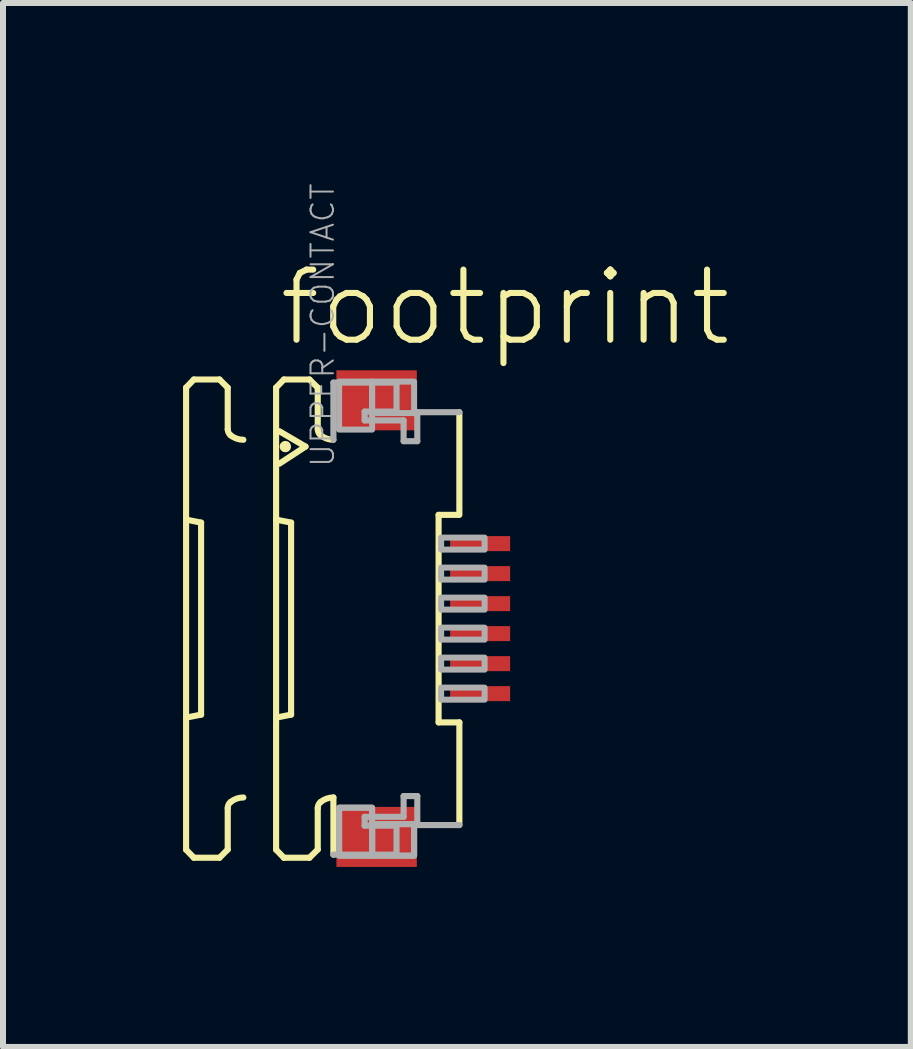
<source format=kicad_pcb>
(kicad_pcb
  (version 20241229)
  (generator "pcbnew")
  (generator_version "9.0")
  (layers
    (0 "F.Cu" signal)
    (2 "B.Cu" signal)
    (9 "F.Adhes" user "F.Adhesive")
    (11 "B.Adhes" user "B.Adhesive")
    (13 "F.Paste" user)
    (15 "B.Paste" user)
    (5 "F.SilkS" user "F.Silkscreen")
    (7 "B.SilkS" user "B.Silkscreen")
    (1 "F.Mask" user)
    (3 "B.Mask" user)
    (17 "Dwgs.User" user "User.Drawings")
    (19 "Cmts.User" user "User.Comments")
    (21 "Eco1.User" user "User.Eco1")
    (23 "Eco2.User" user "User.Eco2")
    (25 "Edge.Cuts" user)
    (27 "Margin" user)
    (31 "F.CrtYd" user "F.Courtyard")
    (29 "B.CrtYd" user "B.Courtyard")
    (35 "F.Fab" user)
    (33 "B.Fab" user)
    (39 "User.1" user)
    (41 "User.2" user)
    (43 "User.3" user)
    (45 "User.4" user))
  (footprint "footprint"
    (layer "F.Cu")
    (at 3.046 7.259)
    (property "Reference" "footprint" (at -1.5 -4.5 0) (layer "F.SilkS") (effects (font (size 1.168 1.168) (thickness 0.102)) (justify left bottom)))
    (fp_poly (pts (xy 1.355 -1.075) (xy 2.455 -1.075) (xy 2.455 -1.425) (xy 1.355 -1.425)) (stroke (width 0) (type solid)) (fill yes) (layer "F.Mask"))
    (fp_poly (pts (xy 1.355 -0.575) (xy 2.455 -0.575) (xy 2.455 -0.925) (xy 1.355 -0.925)) (stroke (width 0) (type solid)) (fill yes) (layer "F.Mask"))
    (fp_poly (pts (xy 1.355 -0.075) (xy 2.455 -0.075) (xy 2.455 -0.425) (xy 1.355 -0.425)) (stroke (width 0) (type solid)) (fill yes) (layer "F.Mask"))
    (fp_poly (pts (xy 1.355 0.425) (xy 2.455 0.425) (xy 2.455 0.075) (xy 1.355 0.075)) (stroke (width 0) (type solid)) (fill yes) (layer "F.Mask"))
    (fp_poly (pts (xy 1.355 0.925) (xy 2.455 0.925) (xy 2.455 0.575) (xy 1.355 0.575)) (stroke (width 0) (type solid)) (fill yes) (layer "F.Mask"))
    (fp_poly (pts (xy 1.355 1.425) (xy 2.455 1.425) (xy 2.455 1.075) (xy 1.355 1.075)) (stroke (width 0) (type solid)) (fill yes) (layer "F.Mask"))
    (fp_line (start -2.995 -3.85) (end -2.865 -3.985) (stroke (width 0.102) (type solid)) (layer "F.SilkS"))
    (fp_line (start -2.995 -1.65) (end -2.745 -1.6) (stroke (width 0.102) (type solid)) (layer "F.SilkS"))
    (fp_line (start -2.995 3.85) (end -2.995 -3.85) (stroke (width 0.102) (type solid)) (layer "F.SilkS"))
    (fp_line (start -2.995 3.85) (end -2.865 3.985) (stroke (width 0.102) (type solid)) (layer "F.SilkS"))
    (fp_line (start -2.865 -3.985) (end -2.438 -3.985) (stroke (width 0.102) (type solid)) (layer "F.SilkS"))
    (fp_line (start -2.865 3.985) (end -2.438 3.985) (stroke (width 0.102) (type solid)) (layer "F.SilkS"))
    (fp_line (start -2.745 1.6) (end -2.995 1.65) (stroke (width 0.102) (type solid)) (layer "F.SilkS"))
    (fp_line (start -2.745 1.6) (end -2.745 -1.6) (stroke (width 0.102) (type solid)) (layer "F.SilkS"))
    (fp_line (start -2.438 -3.985) (end -2.301 -3.848) (stroke (width 0.102) (type solid)) (layer "F.SilkS"))
    (fp_line (start -2.438 3.985) (end -2.301 3.848) (stroke (width 0.102) (type solid)) (layer "F.SilkS"))
    (fp_line (start -2.301 -3.848) (end -2.301 -3.156) (stroke (width 0.102) (type solid)) (layer "F.SilkS"))
    (fp_line (start -2.301 3.848) (end -2.301 3.156) (stroke (width 0.102) (type solid)) (layer "F.SilkS"))
    (fp_line (start -1.495 -3.85) (end -1.365 -3.985) (stroke (width 0.102) (type solid)) (layer "F.SilkS"))
    (fp_line (start -1.495 -1.65) (end -1.245 -1.6) (stroke (width 0.102) (type solid)) (layer "F.SilkS"))
    (fp_line (start -1.495 3.85) (end -1.495 -3.85) (stroke (width 0.102) (type solid)) (layer "F.SilkS"))
    (fp_line (start -1.495 3.85) (end -1.365 3.985) (stroke (width 0.102) (type solid)) (layer "F.SilkS"))
    (fp_line (start -1.441 -3.123) (end -1.005 -2.867) (stroke (width 0.102) (type solid)) (layer "F.SilkS"))
    (fp_line (start -1.365 -3.985) (end -0.939 -3.985) (stroke (width 0.102) (type solid)) (layer "F.SilkS"))
    (fp_line (start -1.365 3.985) (end -0.939 3.985) (stroke (width 0.102) (type solid)) (layer "F.SilkS"))
    (fp_line (start -1.245 1.6) (end -1.495 1.65) (stroke (width 0.102) (type solid)) (layer "F.SilkS"))
    (fp_line (start -1.245 1.6) (end -1.245 -1.6) (stroke (width 0.102) (type solid)) (layer "F.SilkS"))
    (fp_line (start -1.005 -2.867) (end -1.441 -2.582) (stroke (width 0.102) (type solid)) (layer "F.SilkS"))
    (fp_line (start -0.939 -3.985) (end -0.801 -3.848) (stroke (width 0.102) (type solid)) (layer "F.SilkS"))
    (fp_line (start -0.939 3.985) (end -0.801 3.848) (stroke (width 0.102) (type solid)) (layer "F.SilkS"))
    (fp_line (start -0.801 -3.848) (end -0.801 -3.156) (stroke (width 0.102) (type solid)) (layer "F.SilkS"))
    (fp_line (start -0.801 3.848) (end -0.801 3.156) (stroke (width 0.102) (type solid)) (layer "F.SilkS"))
    (fp_line (start -0.54 2.98) (end -0.54 3.933) (stroke (width 0.102) (type solid)) (layer "F.SilkS"))
    (fp_line (start 1.213 1.729) (end 1.213 -1.729) (stroke (width 0.102) (type solid)) (layer "F.SilkS"))
    (fp_line (start 1.538 -1.729) (end 1.213 -1.729) (stroke (width 0.102) (type solid)) (layer "F.SilkS"))
    (fp_line (start 1.559 -3.44) (end 1.559 -1.729) (stroke (width 0.102) (type solid)) (layer "F.SilkS"))
    (fp_line (start 1.559 1.729) (end 1.213 1.729) (stroke (width 0.102) (type solid)) (layer "F.SilkS"))
    (fp_line (start 1.559 3.44) (end 1.559 1.729) (stroke (width 0.102) (type solid)) (layer "F.SilkS"))
    (fp_arc (start -2.301 3.1557) (mid -2.288538 3.100596) (end -2.2536 3.056199) (stroke (width 0.1016) (type solid)) (layer "F.SilkS"))
    (fp_arc (start -2.2536 -3.056199) (mid -2.288538 -3.100596) (end -2.301 -3.1557) (stroke (width 0.1016) (type solid)) (layer "F.SilkS"))
    (fp_arc (start -2.2536 3.0562) (mid -2.153476 2.999935) (end -2.0403 2.980399) (stroke (width 0.1016) (type solid)) (layer "F.SilkS"))
    (fp_arc (start -2.0403 -2.980399) (mid -2.153476 -2.999935) (end -2.2536 -3.0562) (stroke (width 0.1016) (type solid)) (layer "F.SilkS"))
    (fp_arc (start -0.801 3.1557) (mid -0.788538 3.100596) (end -0.7536 3.056199) (stroke (width 0.1016) (type solid)) (layer "F.SilkS"))
    (fp_arc (start -0.7536 -3.056199) (mid -0.788538 -3.100596) (end -0.801 -3.1557) (stroke (width 0.1016) (type solid)) (layer "F.SilkS"))
    (fp_arc (start -0.7536 3.0562) (mid -0.653476 2.999935) (end -0.5403 2.980399) (stroke (width 0.1016) (type solid)) (layer "F.SilkS"))
    (fp_arc (start -0.5403 -2.980399) (mid -0.653476 -2.999935) (end -0.7536 -3.0562) (stroke (width 0.1016) (type solid)) (layer "F.SilkS"))
    (fp_circle (center -1.341 -2.867) (end -1.294 -2.867) (stroke (width 0.095) (type solid)) (fill yes) (layer "F.SilkS"))
    (fp_line (start -0.54 -3.933) (end 0.512 -3.933) (stroke (width 0.102) (type solid)) (layer "F.Fab"))
    (fp_line (start -0.54 -2.98) (end -0.54 -3.933) (stroke (width 0.102) (type solid)) (layer "F.Fab"))
    (fp_line (start -0.54 3.933) (end 0.512 3.933) (stroke (width 0.102) (type solid)) (layer "F.Fab"))
    (fp_line (start -0.019 -3.45) (end -0.019 -3.303) (stroke (width 0.102) (type solid)) (layer "F.Fab"))
    (fp_line (start -0.019 -3.303) (end 0.63 -3.303) (stroke (width 0.102) (type solid)) (layer "F.Fab"))
    (fp_line (start -0.019 3.303) (end 0.63 3.303) (stroke (width 0.102) (type solid)) (layer "F.Fab"))
    (fp_line (start -0.019 3.45) (end -0.019 3.303) (stroke (width 0.102) (type solid)) (layer "F.Fab"))
    (fp_line (start 0.512 -3.933) (end 0.512 -3.45) (stroke (width 0.102) (type solid)) (layer "F.Fab"))
    (fp_line (start 0.512 -3.45) (end -0.019 -3.45) (stroke (width 0.102) (type solid)) (layer "F.Fab"))
    (fp_line (start 0.512 3.45) (end -0.019 3.45) (stroke (width 0.102) (type solid)) (layer "F.Fab"))
    (fp_line (start 0.512 3.933) (end 0.512 3.45) (stroke (width 0.102) (type solid)) (layer "F.Fab"))
    (fp_line (start 0.63 -3.303) (end 0.63 -2.957) (stroke (width 0.102) (type solid)) (layer "F.Fab"))
    (fp_line (start 0.63 -2.957) (end 0.858 -2.957) (stroke (width 0.102) (type solid)) (layer "F.Fab"))
    (fp_line (start 0.63 2.957) (end 0.858 2.957) (stroke (width 0.102) (type solid)) (layer "F.Fab"))
    (fp_line (start 0.63 3.303) (end 0.63 2.957) (stroke (width 0.102) (type solid)) (layer "F.Fab"))
    (fp_line (start 0.858 -3.44) (end 1.559 -3.44) (stroke (width 0.102) (type solid)) (layer "F.Fab"))
    (fp_line (start 0.858 -2.957) (end 0.858 -3.44) (stroke (width 0.102) (type solid)) (layer "F.Fab"))
    (fp_line (start 0.858 2.957) (end 0.858 3.44) (stroke (width 0.102) (type solid)) (layer "F.Fab"))
    (fp_line (start 0.858 3.44) (end 1.559 3.44) (stroke (width 0.102) (type solid)) (layer "F.Fab"))
    (fp_poly (pts (xy -0.445 -3.15) (xy 0.105 -3.15) (xy 0.105 -3.95) (xy -0.445 -3.95)) (stroke (width 0.1) (type solid)) (fill no) (layer "F.Fab"))
    (fp_poly (pts (xy -0.445 3.95) (xy 0.105 3.95) (xy 0.105 3.15) (xy -0.445 3.15)) (stroke (width 0.1) (type solid)) (fill no) (layer "F.Fab"))
    (fp_poly (pts (xy -0.445 3.95) (xy 0.105 3.95) (xy 0.105 3.15) (xy -0.445 3.15)) (stroke (width 0.1) (type solid)) (fill no) (layer "F.Fab"))
    (fp_poly (pts (xy 0.105 -3.425) (xy 0.805 -3.425) (xy 0.805 -3.95) (xy 0.105 -3.95)) (stroke (width 0.1) (type solid)) (fill no) (layer "F.Fab"))
    (fp_poly (pts (xy 0.105 3.95) (xy 0.805 3.95) (xy 0.805 3.425) (xy 0.105 3.425)) (stroke (width 0.1) (type solid)) (fill no) (layer "F.Fab"))
    (fp_poly (pts (xy 0.105 3.95) (xy 0.805 3.95) (xy 0.805 3.425) (xy 0.105 3.425)) (stroke (width 0.1) (type solid)) (fill no) (layer "F.Fab"))
    (fp_poly (pts (xy 1.255 -1.15) (xy 1.98 -1.15) (xy 1.98 -1.35) (xy 1.255 -1.35)) (stroke (width 0.1) (type solid)) (fill no) (layer "F.Fab"))
    (fp_poly (pts (xy 1.255 -0.65) (xy 1.98 -0.65) (xy 1.98 -0.85) (xy 1.255 -0.85)) (stroke (width 0.1) (type solid)) (fill no) (layer "F.Fab"))
    (fp_poly (pts (xy 1.255 -0.15) (xy 1.98 -0.15) (xy 1.98 -0.35) (xy 1.255 -0.35)) (stroke (width 0.1) (type solid)) (fill no) (layer "F.Fab"))
    (fp_poly (pts (xy 1.255 0.35) (xy 1.98 0.35) (xy 1.98 0.15) (xy 1.255 0.15)) (stroke (width 0.1) (type solid)) (fill no) (layer "F.Fab"))
    (fp_poly (pts (xy 1.255 0.85) (xy 1.98 0.85) (xy 1.98 0.65) (xy 1.255 0.65)) (stroke (width 0.1) (type solid)) (fill no) (layer "F.Fab"))
    (fp_poly (pts (xy 1.255 1.35) (xy 1.98 1.35) (xy 1.98 1.15) (xy 1.255 1.15)) (stroke (width 0.1) (type solid)) (fill no) (layer "F.Fab"))
    (fp_text user "UPPER-CONTACT" (at -0.5 -2.5 270) (layer "F.Fab") (effects (font (size 0.374 0.374) (thickness 0.033)) (justify left bottom)))
    (pad "1" smd rect (at 1.905 -1.25) (size 1 0.25) (layers "F.Cu" "F.Paste"))
    (pad "2" smd rect (at 1.905 -0.75) (size 1 0.25) (layers "F.Cu" "F.Paste"))
    (pad "3" smd rect (at 1.905 -0.25) (size 1 0.25) (layers "F.Cu" "F.Paste"))
    (pad "4" smd rect (at 1.905 0.25) (size 1 0.25) (layers "F.Cu" "F.Paste"))
    (pad "5" smd rect (at 1.905 0.75) (size 1 0.25) (layers "F.Cu" "F.Paste"))
    (pad "6" smd rect (at 1.905 1.25) (size 1 0.25) (layers "F.Cu" "F.Paste"))
    (pad "M1" smd rect (at 0.18 -3.638) (size 1.34 1) (layers "F.Cu" "F.Mask" "F.Paste"))
    (pad "M2" smd rect (at 0.18 3.638) (size 1.34 1) (layers "F.Cu" "F.Mask" "F.Paste")))
  (gr_rect
    (start -3 -3)
    (end 12.128 14.396)
    (stroke (width 0.1) (type default))
    (fill no)
    (layer "Edge.Cuts")))
</source>
